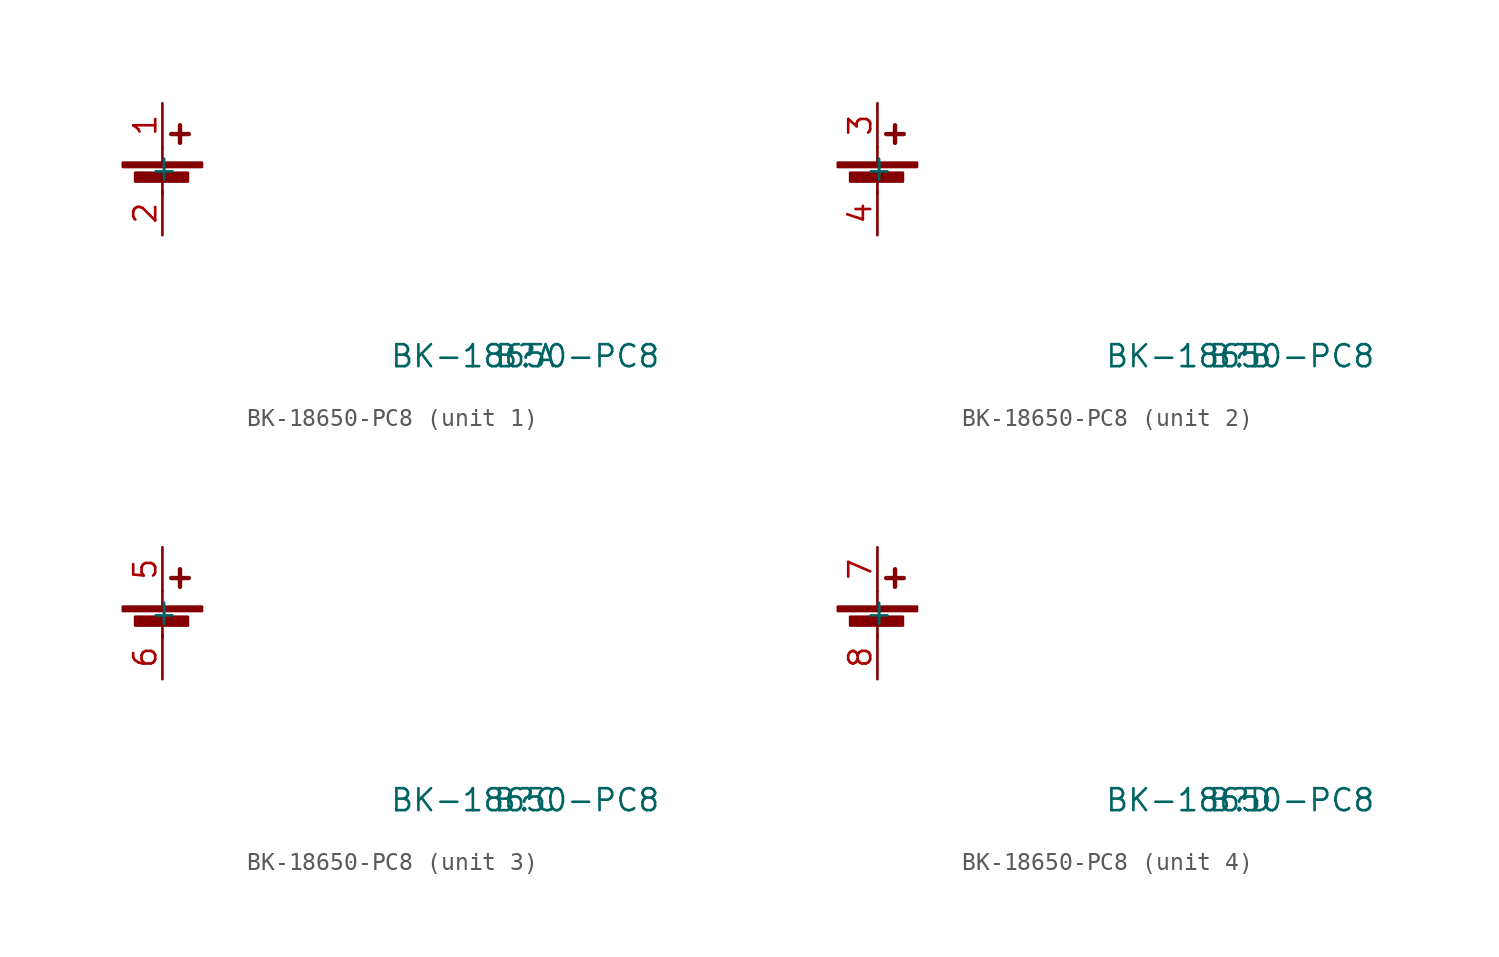
<source format=kicad_sym>
(kicad_symbol_lib
  (version 20211014)
  (generator kicad_symbol_editor)
  (symbol "BK-18650-PC8"
    (property "Reference" "B"
      (at 20.955 -10.795 0)
      (effects (font (size 1.27 1.27))))
    (property "Value" "BK-18650-PC8"
      (at 20.955 -10.795 0)
      (effects (font (size 1.27 1.27))))
    (symbol "BK-18650-PC8_0_1"
      (rectangle (start -2.286 0.381) (end 2.286 0.127) (stroke (width 0) (type default) (color 0 0 0 0)) (fill (type outline)))
      (rectangle (start -1.575 -0.203) (end 1.473 -0.711) (stroke (width 0) (type default) (color 0 0 0 0)) (fill (type outline)))
      (polyline (pts (xy 0 -0.635) (xy 0 -1.397)) (stroke (width 0) (type default) (color 0 0 0 0)) (fill (type none)))
      (polyline (pts (xy 0 0.381) (xy 0 1.27)) (stroke (width 0) (type default) (color 0 0 0 0)) (fill (type none)))
      (polyline (pts (xy 0.508 2.032) (xy 1.524 2.032)) (stroke (width 0.254) (type default) (color 0 0 0 0)) (fill (type none)))
      (polyline (pts (xy 1.016 2.54) (xy 1.016 1.524)) (stroke (width 0.254) (type default) (color 0 0 0 0)) (fill (type none))))
    (symbol "BK-18650-PC8_1_1"
      (pin passive line (at 0 3.81 270) (length 2.54) (name "+" (effects (font (size 1.27 1.27)))) (number "1" (effects (font (size 1.27 1.27)))))
      (pin passive line (at 0 -3.81 90) (length 2.54) (name "-" (effects (font (size 1.27 1.27)))) (number "2" (effects (font (size 1.27 1.27))))))
    (symbol "BK-18650-PC8_2_1"
      (pin passive line (at 0 3.81 270) (length 2.54) (name "+" (effects (font (size 1.27 1.27)))) (number "3" (effects (font (size 1.27 1.27)))))
      (pin passive line (at 0 -3.81 90) (length 2.54) (name "-" (effects (font (size 1.27 1.27)))) (number "4" (effects (font (size 1.27 1.27))))))
    (symbol "BK-18650-PC8_3_1"
      (pin passive line (at 0 3.81 270) (length 2.54) (name "+" (effects (font (size 1.27 1.27)))) (number "5" (effects (font (size 1.27 1.27)))))
      (pin passive line (at 0 -3.81 90) (length 2.54) (name "-" (effects (font (size 1.27 1.27)))) (number "6" (effects (font (size 1.27 1.27))))))
    (symbol "BK-18650-PC8_4_1"
      (pin passive line (at 0 3.81 270) (length 2.54) (name "+" (effects (font (size 1.27 1.27)))) (number "7" (effects (font (size 1.27 1.27)))))
      (pin passive line (at 0 -3.81 90) (length 2.54) (name "-" (effects (font (size 1.27 1.27)))) (number "8" (effects (font (size 1.27 1.27))))))))
</source>
